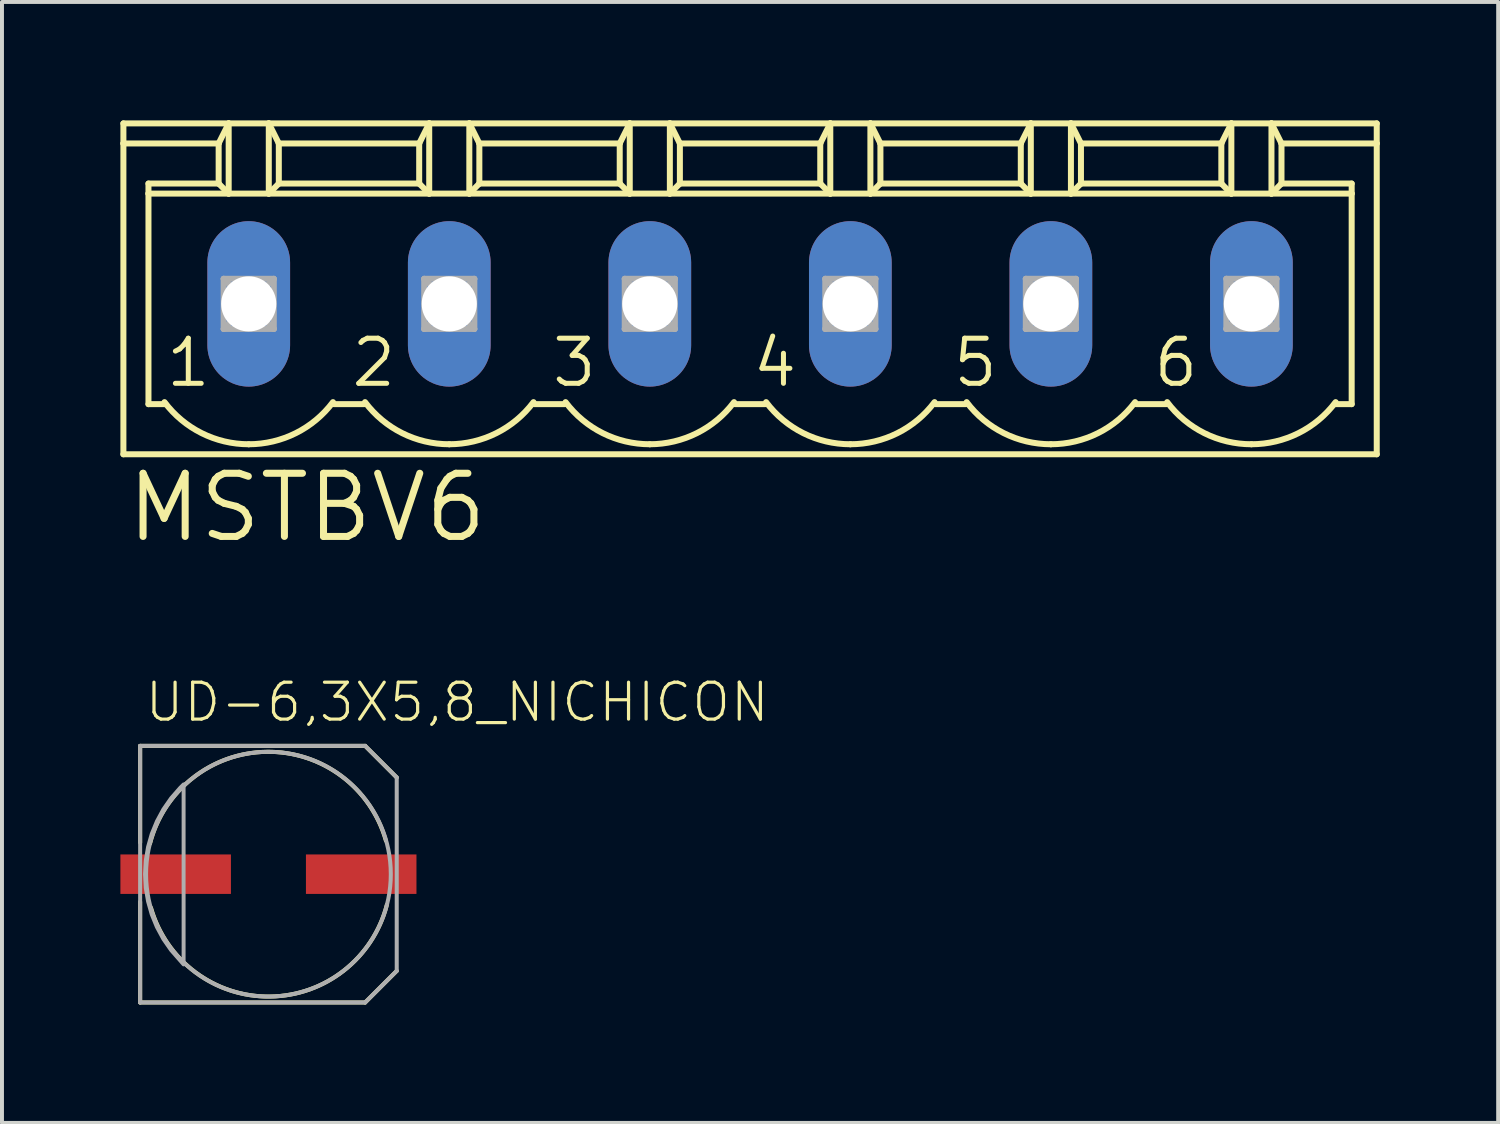
<source format=kicad_pcb>
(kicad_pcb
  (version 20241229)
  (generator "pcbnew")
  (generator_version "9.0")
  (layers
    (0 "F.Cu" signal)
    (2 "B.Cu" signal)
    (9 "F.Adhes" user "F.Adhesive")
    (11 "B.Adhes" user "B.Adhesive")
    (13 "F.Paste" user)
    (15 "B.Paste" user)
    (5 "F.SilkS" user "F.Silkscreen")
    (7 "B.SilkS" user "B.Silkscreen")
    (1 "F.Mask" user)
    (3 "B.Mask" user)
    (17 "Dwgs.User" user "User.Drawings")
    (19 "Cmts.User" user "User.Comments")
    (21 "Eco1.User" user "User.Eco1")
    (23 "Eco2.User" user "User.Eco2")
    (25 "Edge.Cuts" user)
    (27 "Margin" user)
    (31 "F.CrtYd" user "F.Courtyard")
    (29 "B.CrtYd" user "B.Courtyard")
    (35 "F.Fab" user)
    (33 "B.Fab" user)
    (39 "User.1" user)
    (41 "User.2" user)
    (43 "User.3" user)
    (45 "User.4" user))
  (footprint "UD-6,3X5,8_NICHICON"
    (layer "F.Cu")
    (at 3.75 19.095)
    (property "Reference" "UD-6,3X5,8_NICHICON" (at -3.175 -3.81 0) (layer "F.SilkS") (effects (font (size 0.935 0.935) (thickness 0.081)) (justify left bottom)))
    (fp_line (start -3.25 -3.25) (end 2.45 -3.25) (stroke (width 0.102) (type solid)) (layer "F.SilkS"))
    (fp_line (start -3.25 -0.8) (end -3.25 -3.25) (stroke (width 0.102) (type solid)) (layer "F.SilkS"))
    (fp_line (start -3.25 3.25) (end -3.25 0.7) (stroke (width 0.102) (type solid)) (layer "F.SilkS"))
    (fp_line (start 2.45 -3.25) (end 3.25 -2.45) (stroke (width 0.102) (type solid)) (layer "F.SilkS"))
    (fp_line (start 2.45 3.25) (end -3.25 3.25) (stroke (width 0.102) (type solid)) (layer "F.SilkS"))
    (fp_line (start 3.25 2.45) (end 2.45 3.25) (stroke (width 0.102) (type solid)) (layer "F.SilkS"))
    (fp_arc (start -3 -0.775) (mid -0.04121 -3.099781) (end 2.975001 -0.85) (stroke (width 0.1016) (type solid)) (layer "F.SilkS"))
    (fp_arc (start 3 0.775) (mid 0.04121 3.099781) (end -2.975001 0.85) (stroke (width 0.1016) (type solid)) (layer "F.SilkS"))
    (fp_line (start -3.25 -3.25) (end 2.45 -3.25) (stroke (width 0.102) (type solid)) (layer "F.Fab"))
    (fp_line (start -3.25 3.25) (end -3.25 -3.25) (stroke (width 0.102) (type solid)) (layer "F.Fab"))
    (fp_line (start 2.45 -3.25) (end 3.25 -2.45) (stroke (width 0.102) (type solid)) (layer "F.Fab"))
    (fp_line (start 2.45 3.25) (end -3.25 3.25) (stroke (width 0.102) (type solid)) (layer "F.Fab"))
    (fp_line (start 3.25 -2.45) (end 3.25 2.45) (stroke (width 0.102) (type solid)) (layer "F.Fab"))
    (fp_line (start 3.25 2.45) (end 2.45 3.25) (stroke (width 0.102) (type solid)) (layer "F.Fab"))
    (fp_circle (center 0 0) (end 3.1 0) (stroke (width 0.102) (type solid)) (fill no) (layer "F.Fab"))
    (fp_poly (pts (xy -2.149 2.285) (xy -2.464 1.925) (xy -2.661 1.642) (xy -2.825 1.338) (xy -2.956 1.018) (xy -3.05 0.686) (xy -3.107 0.345) (xy -3.126 0.000001) (xy -3.107 -0.345) (xy -3.05 -0.686) (xy -2.956 -1.018) (xy -2.825 -1.338) (xy -2.661 -1.642) (xy -2.464 -1.925) (xy -2.237 -2.185) (xy -2.149 -2.273)) (stroke (width 0.1) (type default)) (fill no) (layer "F.Fab"))
    (pad "+" smd rect (at 2.35 0) (size 2.8 1) (layers "F.Cu" "F.Mask" "F.Paste"))
    (pad "-" smd rect (at -2.35 0) (size 2.8 1) (layers "F.Cu" "F.Mask" "F.Paste")))
  (footprint "MSTBV6"
    (layer "F.Cu")
    (at 15.951 4.648)
    (property "Reference" "MSTBV6" (at -15.875 6.096 0) (layer "F.SilkS") (effects (font (size 1.6 1.6) (thickness 0.178)) (justify left bottom)))
    (fp_line (start -15.875 -4.572) (end -15.875 -4.064) (stroke (width 0.152) (type solid)) (layer "F.SilkS"))
    (fp_line (start -15.875 -4.572) (end -13.208 -4.572) (stroke (width 0.152) (type solid)) (layer "F.SilkS"))
    (fp_line (start -15.875 -4.064) (end -15.875 3.81) (stroke (width 0.152) (type solid)) (layer "F.SilkS"))
    (fp_line (start -15.875 -4.064) (end -13.462 -4.064) (stroke (width 0.152) (type solid)) (layer "F.SilkS"))
    (fp_line (start -15.875 3.81) (end 15.875 3.81) (stroke (width 0.152) (type solid)) (layer "F.SilkS"))
    (fp_line (start -15.24 -2.794) (end -15.24 -3.048) (stroke (width 0.152) (type solid)) (layer "F.SilkS"))
    (fp_line (start -15.24 -2.794) (end -13.208 -2.794) (stroke (width 0.152) (type solid)) (layer "F.SilkS"))
    (fp_line (start -15.24 2.54) (end -15.24 -2.794) (stroke (width 0.152) (type solid)) (layer "F.SilkS"))
    (fp_line (start -15.24 2.54) (end -14.808 2.54) (stroke (width 0.152) (type solid)) (layer "F.SilkS"))
    (fp_line (start -13.462 -4.064) (end -13.462 -3.048) (stroke (width 0.152) (type solid)) (layer "F.SilkS"))
    (fp_line (start -13.462 -4.064) (end -13.208 -4.572) (stroke (width 0.152) (type solid)) (layer "F.SilkS"))
    (fp_line (start -13.462 -3.048) (end -15.24 -3.048) (stroke (width 0.152) (type solid)) (layer "F.SilkS"))
    (fp_line (start -13.462 -3.048) (end -13.208 -2.794) (stroke (width 0.152) (type solid)) (layer "F.SilkS"))
    (fp_line (start -13.208 -4.572) (end -12.192 -4.572) (stroke (width 0.152) (type solid)) (layer "F.SilkS"))
    (fp_line (start -13.208 -2.794) (end -13.208 -4.572) (stroke (width 0.152) (type solid)) (layer "F.SilkS"))
    (fp_line (start -13.208 -2.794) (end -12.192 -2.794) (stroke (width 0.152) (type solid)) (layer "F.SilkS"))
    (fp_line (start -12.192 -4.572) (end -11.938 -4.064) (stroke (width 0.152) (type solid)) (layer "F.SilkS"))
    (fp_line (start -12.192 -4.572) (end -8.128 -4.572) (stroke (width 0.152) (type solid)) (layer "F.SilkS"))
    (fp_line (start -12.192 -2.794) (end -12.192 -4.572) (stroke (width 0.152) (type solid)) (layer "F.SilkS"))
    (fp_line (start -12.192 -2.794) (end -8.128 -2.794) (stroke (width 0.152) (type solid)) (layer "F.SilkS"))
    (fp_line (start -11.938 -4.064) (end -11.938 -3.048) (stroke (width 0.152) (type solid)) (layer "F.SilkS"))
    (fp_line (start -11.938 -4.064) (end -8.382 -4.064) (stroke (width 0.152) (type solid)) (layer "F.SilkS"))
    (fp_line (start -11.938 -3.048) (end -12.192 -2.794) (stroke (width 0.152) (type solid)) (layer "F.SilkS"))
    (fp_line (start -10.541 2.54) (end -9.779 2.54) (stroke (width 0.152) (type solid)) (layer "F.SilkS"))
    (fp_line (start -8.382 -4.064) (end -8.382 -3.048) (stroke (width 0.152) (type solid)) (layer "F.SilkS"))
    (fp_line (start -8.382 -4.064) (end -8.128 -4.572) (stroke (width 0.152) (type solid)) (layer "F.SilkS"))
    (fp_line (start -8.382 -3.048) (end -11.938 -3.048) (stroke (width 0.152) (type solid)) (layer "F.SilkS"))
    (fp_line (start -8.382 -3.048) (end -8.128 -2.794) (stroke (width 0.152) (type solid)) (layer "F.SilkS"))
    (fp_line (start -8.128 -4.572) (end -7.112 -4.572) (stroke (width 0.152) (type solid)) (layer "F.SilkS"))
    (fp_line (start -8.128 -2.794) (end -8.128 -4.572) (stroke (width 0.152) (type solid)) (layer "F.SilkS"))
    (fp_line (start -8.128 -2.794) (end -7.112 -2.794) (stroke (width 0.152) (type solid)) (layer "F.SilkS"))
    (fp_line (start -7.112 -4.572) (end -6.858 -4.064) (stroke (width 0.152) (type solid)) (layer "F.SilkS"))
    (fp_line (start -7.112 -4.572) (end -3.048 -4.572) (stroke (width 0.152) (type solid)) (layer "F.SilkS"))
    (fp_line (start -7.112 -2.794) (end -7.112 -4.572) (stroke (width 0.152) (type solid)) (layer "F.SilkS"))
    (fp_line (start -7.112 -2.794) (end -3.048 -2.794) (stroke (width 0.152) (type solid)) (layer "F.SilkS"))
    (fp_line (start -6.858 -4.064) (end -6.858 -3.048) (stroke (width 0.152) (type solid)) (layer "F.SilkS"))
    (fp_line (start -6.858 -4.064) (end -3.302 -4.064) (stroke (width 0.152) (type solid)) (layer "F.SilkS"))
    (fp_line (start -6.858 -3.048) (end -7.112 -2.794) (stroke (width 0.152) (type solid)) (layer "F.SilkS"))
    (fp_line (start -5.461 2.54) (end -4.699 2.54) (stroke (width 0.152) (type solid)) (layer "F.SilkS"))
    (fp_line (start -3.302 -4.064) (end -3.302 -3.048) (stroke (width 0.152) (type solid)) (layer "F.SilkS"))
    (fp_line (start -3.302 -4.064) (end -3.048 -4.572) (stroke (width 0.152) (type solid)) (layer "F.SilkS"))
    (fp_line (start -3.302 -3.048) (end -6.858 -3.048) (stroke (width 0.152) (type solid)) (layer "F.SilkS"))
    (fp_line (start -3.302 -3.048) (end -3.048 -2.794) (stroke (width 0.152) (type solid)) (layer "F.SilkS"))
    (fp_line (start -3.048 -4.572) (end -2.032 -4.572) (stroke (width 0.152) (type solid)) (layer "F.SilkS"))
    (fp_line (start -3.048 -2.794) (end -3.048 -4.572) (stroke (width 0.152) (type solid)) (layer "F.SilkS"))
    (fp_line (start -3.048 -2.794) (end -2.032 -2.794) (stroke (width 0.152) (type solid)) (layer "F.SilkS"))
    (fp_line (start -2.032 -4.572) (end -1.778 -4.064) (stroke (width 0.152) (type solid)) (layer "F.SilkS"))
    (fp_line (start -2.032 -4.572) (end 2.032 -4.572) (stroke (width 0.152) (type solid)) (layer "F.SilkS"))
    (fp_line (start -2.032 -2.794) (end -2.032 -4.572) (stroke (width 0.152) (type solid)) (layer "F.SilkS"))
    (fp_line (start -2.032 -2.794) (end 2.032 -2.794) (stroke (width 0.152) (type solid)) (layer "F.SilkS"))
    (fp_line (start -1.778 -4.064) (end -1.778 -3.048) (stroke (width 0.152) (type solid)) (layer "F.SilkS"))
    (fp_line (start -1.778 -4.064) (end 1.778 -4.064) (stroke (width 0.152) (type solid)) (layer "F.SilkS"))
    (fp_line (start -1.778 -3.048) (end -2.032 -2.794) (stroke (width 0.152) (type solid)) (layer "F.SilkS"))
    (fp_line (start -1.778 -3.048) (end 1.778 -3.048) (stroke (width 0.152) (type solid)) (layer "F.SilkS"))
    (fp_line (start -0.381 2.54) (end 0.381 2.54) (stroke (width 0.152) (type solid)) (layer "F.SilkS"))
    (fp_line (start 1.778 -4.064) (end 1.778 -3.048) (stroke (width 0.152) (type solid)) (layer "F.SilkS"))
    (fp_line (start 1.778 -4.064) (end 2.032 -4.572) (stroke (width 0.152) (type solid)) (layer "F.SilkS"))
    (fp_line (start 1.778 -3.048) (end 2.032 -2.794) (stroke (width 0.152) (type solid)) (layer "F.SilkS"))
    (fp_line (start 2.032 -4.572) (end 3.048 -4.572) (stroke (width 0.152) (type solid)) (layer "F.SilkS"))
    (fp_line (start 2.032 -2.794) (end 2.032 -4.572) (stroke (width 0.152) (type solid)) (layer "F.SilkS"))
    (fp_line (start 2.032 -2.794) (end 3.048 -2.794) (stroke (width 0.152) (type solid)) (layer "F.SilkS"))
    (fp_line (start 3.048 -4.572) (end 3.302 -4.064) (stroke (width 0.152) (type solid)) (layer "F.SilkS"))
    (fp_line (start 3.048 -4.572) (end 7.112 -4.572) (stroke (width 0.152) (type solid)) (layer "F.SilkS"))
    (fp_line (start 3.048 -2.794) (end 3.048 -4.572) (stroke (width 0.152) (type solid)) (layer "F.SilkS"))
    (fp_line (start 3.048 -2.794) (end 7.112 -2.794) (stroke (width 0.152) (type solid)) (layer "F.SilkS"))
    (fp_line (start 3.302 -4.064) (end 3.302 -3.048) (stroke (width 0.152) (type solid)) (layer "F.SilkS"))
    (fp_line (start 3.302 -4.064) (end 6.858 -4.064) (stroke (width 0.152) (type solid)) (layer "F.SilkS"))
    (fp_line (start 3.302 -3.048) (end 3.048 -2.794) (stroke (width 0.152) (type solid)) (layer "F.SilkS"))
    (fp_line (start 3.302 -3.048) (end 6.858 -3.048) (stroke (width 0.152) (type solid)) (layer "F.SilkS"))
    (fp_line (start 4.699 2.54) (end 5.461 2.54) (stroke (width 0.152) (type solid)) (layer "F.SilkS"))
    (fp_line (start 6.858 -4.064) (end 6.858 -3.048) (stroke (width 0.152) (type solid)) (layer "F.SilkS"))
    (fp_line (start 6.858 -4.064) (end 7.112 -4.572) (stroke (width 0.152) (type solid)) (layer "F.SilkS"))
    (fp_line (start 6.858 -3.048) (end 7.112 -2.794) (stroke (width 0.152) (type solid)) (layer "F.SilkS"))
    (fp_line (start 7.112 -4.572) (end 8.128 -4.572) (stroke (width 0.152) (type solid)) (layer "F.SilkS"))
    (fp_line (start 7.112 -2.794) (end 7.112 -4.572) (stroke (width 0.152) (type solid)) (layer "F.SilkS"))
    (fp_line (start 7.112 -2.794) (end 8.128 -2.794) (stroke (width 0.152) (type solid)) (layer "F.SilkS"))
    (fp_line (start 8.128 -4.572) (end 8.382 -4.064) (stroke (width 0.152) (type solid)) (layer "F.SilkS"))
    (fp_line (start 8.128 -4.572) (end 12.192 -4.572) (stroke (width 0.152) (type solid)) (layer "F.SilkS"))
    (fp_line (start 8.128 -2.794) (end 8.128 -4.572) (stroke (width 0.152) (type solid)) (layer "F.SilkS"))
    (fp_line (start 8.128 -2.794) (end 12.192 -2.794) (stroke (width 0.152) (type solid)) (layer "F.SilkS"))
    (fp_line (start 8.382 -4.064) (end 8.382 -3.048) (stroke (width 0.152) (type solid)) (layer "F.SilkS"))
    (fp_line (start 8.382 -4.064) (end 11.938 -4.064) (stroke (width 0.152) (type solid)) (layer "F.SilkS"))
    (fp_line (start 8.382 -3.048) (end 8.128 -2.794) (stroke (width 0.152) (type solid)) (layer "F.SilkS"))
    (fp_line (start 8.382 -3.048) (end 11.938 -3.048) (stroke (width 0.152) (type solid)) (layer "F.SilkS"))
    (fp_line (start 9.779 2.54) (end 10.541 2.54) (stroke (width 0.152) (type solid)) (layer "F.SilkS"))
    (fp_line (start 11.938 -4.064) (end 11.938 -3.048) (stroke (width 0.152) (type solid)) (layer "F.SilkS"))
    (fp_line (start 11.938 -4.064) (end 12.192 -4.572) (stroke (width 0.152) (type solid)) (layer "F.SilkS"))
    (fp_line (start 11.938 -3.048) (end 12.192 -2.794) (stroke (width 0.152) (type solid)) (layer "F.SilkS"))
    (fp_line (start 12.192 -4.572) (end 13.208 -4.572) (stroke (width 0.152) (type solid)) (layer "F.SilkS"))
    (fp_line (start 12.192 -2.794) (end 12.192 -4.572) (stroke (width 0.152) (type solid)) (layer "F.SilkS"))
    (fp_line (start 12.192 -2.794) (end 13.208 -2.794) (stroke (width 0.152) (type solid)) (layer "F.SilkS"))
    (fp_line (start 13.208 -4.572) (end 13.462 -4.064) (stroke (width 0.152) (type solid)) (layer "F.SilkS"))
    (fp_line (start 13.208 -4.572) (end 15.875 -4.572) (stroke (width 0.152) (type solid)) (layer "F.SilkS"))
    (fp_line (start 13.208 -2.794) (end 13.208 -4.572) (stroke (width 0.152) (type solid)) (layer "F.SilkS"))
    (fp_line (start 13.208 -2.794) (end 15.24 -2.794) (stroke (width 0.152) (type solid)) (layer "F.SilkS"))
    (fp_line (start 13.462 -4.064) (end 13.462 -3.048) (stroke (width 0.152) (type solid)) (layer "F.SilkS"))
    (fp_line (start 13.462 -4.064) (end 15.875 -4.064) (stroke (width 0.152) (type solid)) (layer "F.SilkS"))
    (fp_line (start 13.462 -3.048) (end 13.208 -2.794) (stroke (width 0.152) (type solid)) (layer "F.SilkS"))
    (fp_line (start 13.462 -3.048) (end 15.24 -3.048) (stroke (width 0.152) (type solid)) (layer "F.SilkS"))
    (fp_line (start 14.808 2.54) (end 15.24 2.54) (stroke (width 0.152) (type solid)) (layer "F.SilkS"))
    (fp_line (start 15.24 -3.048) (end 15.24 -2.794) (stroke (width 0.152) (type solid)) (layer "F.SilkS"))
    (fp_line (start 15.24 -2.794) (end 15.24 2.54) (stroke (width 0.152) (type solid)) (layer "F.SilkS"))
    (fp_line (start 15.875 -4.064) (end 15.875 -4.572) (stroke (width 0.152) (type solid)) (layer "F.SilkS"))
    (fp_line (start 15.875 3.81) (end 15.875 -4.064) (stroke (width 0.152) (type solid)) (layer "F.SilkS"))
    (fp_arc (start -12.699999 3.556) (mid -13.892718 3.274437) (end -14.8336 2.4892) (stroke (width 0.1524) (type solid)) (layer "F.SilkS"))
    (fp_arc (start -10.566399 2.4892) (mid -11.507281 3.274438) (end -12.7 3.556) (stroke (width 0.1524) (type solid)) (layer "F.SilkS"))
    (fp_arc (start -7.619999 3.556) (mid -8.812718 3.274437) (end -9.7536 2.4892) (stroke (width 0.1524) (type solid)) (layer "F.SilkS"))
    (fp_arc (start -5.486399 2.4892) (mid -6.427281 3.274438) (end -7.62 3.556) (stroke (width 0.1524) (type solid)) (layer "F.SilkS"))
    (fp_arc (start -2.539999 3.556) (mid -3.732718 3.274437) (end -4.6736 2.4892) (stroke (width 0.1524) (type solid)) (layer "F.SilkS"))
    (fp_arc (start -0.406399 2.4892) (mid -1.347281 3.274438) (end -2.54 3.556) (stroke (width 0.1524) (type solid)) (layer "F.SilkS"))
    (fp_arc (start 2.540001 3.556) (mid 1.347282 3.274438) (end 0.4064 2.4892) (stroke (width 0.1524) (type solid)) (layer "F.SilkS"))
    (fp_arc (start 4.6736 2.489199) (mid 3.732719 3.274437) (end 2.54 3.556) (stroke (width 0.1524) (type solid)) (layer "F.SilkS"))
    (fp_arc (start 7.620001 3.556) (mid 6.427282 3.274438) (end 5.4864 2.4892) (stroke (width 0.1524) (type solid)) (layer "F.SilkS"))
    (fp_arc (start 9.7536 2.489199) (mid 8.812719 3.274437) (end 7.62 3.556) (stroke (width 0.1524) (type solid)) (layer "F.SilkS"))
    (fp_arc (start 12.700001 3.556) (mid 11.507282 3.274438) (end 10.5664 2.4892) (stroke (width 0.1524) (type solid)) (layer "F.SilkS"))
    (fp_arc (start 14.8336 2.489199) (mid 13.892719 3.274437) (end 12.7 3.556) (stroke (width 0.1524) (type solid)) (layer "F.SilkS"))
    (fp_line (start -13.335 -0.635) (end -13.335 0.635) (stroke (width 0.152) (type solid)) (layer "F.Fab"))
    (fp_line (start -13.335 -0.635) (end -12.065 0.635) (stroke (width 0.152) (type solid)) (layer "F.Fab"))
    (fp_line (start -13.335 0.635) (end -12.065 -0.635) (stroke (width 0.152) (type solid)) (layer "F.Fab"))
    (fp_line (start -13.335 0.635) (end -12.065 0.635) (stroke (width 0.152) (type solid)) (layer "F.Fab"))
    (fp_line (start -12.065 -0.635) (end -13.335 -0.635) (stroke (width 0.152) (type solid)) (layer "F.Fab"))
    (fp_line (start -12.065 0.635) (end -12.065 -0.635) (stroke (width 0.152) (type solid)) (layer "F.Fab"))
    (fp_line (start -8.255 -0.635) (end -8.255 0.635) (stroke (width 0.152) (type solid)) (layer "F.Fab"))
    (fp_line (start -8.255 -0.635) (end -6.985 0.635) (stroke (width 0.152) (type solid)) (layer "F.Fab"))
    (fp_line (start -8.255 0.635) (end -6.985 -0.635) (stroke (width 0.152) (type solid)) (layer "F.Fab"))
    (fp_line (start -8.255 0.635) (end -6.985 0.635) (stroke (width 0.152) (type solid)) (layer "F.Fab"))
    (fp_line (start -6.985 -0.635) (end -8.255 -0.635) (stroke (width 0.152) (type solid)) (layer "F.Fab"))
    (fp_line (start -6.985 0.635) (end -6.985 -0.635) (stroke (width 0.152) (type solid)) (layer "F.Fab"))
    (fp_line (start -3.175 -0.635) (end -3.175 0.635) (stroke (width 0.152) (type solid)) (layer "F.Fab"))
    (fp_line (start -3.175 -0.635) (end -1.905 0.635) (stroke (width 0.152) (type solid)) (layer "F.Fab"))
    (fp_line (start -3.175 0.635) (end -1.905 -0.635) (stroke (width 0.152) (type solid)) (layer "F.Fab"))
    (fp_line (start -3.175 0.635) (end -1.905 0.635) (stroke (width 0.152) (type solid)) (layer "F.Fab"))
    (fp_line (start -1.905 -0.635) (end -3.175 -0.635) (stroke (width 0.152) (type solid)) (layer "F.Fab"))
    (fp_line (start -1.905 0.635) (end -1.905 -0.635) (stroke (width 0.152) (type solid)) (layer "F.Fab"))
    (fp_line (start 1.905 -0.635) (end 1.905 0.635) (stroke (width 0.152) (type solid)) (layer "F.Fab"))
    (fp_line (start 1.905 -0.635) (end 3.175 0.635) (stroke (width 0.152) (type solid)) (layer "F.Fab"))
    (fp_line (start 1.905 0.635) (end 3.175 -0.635) (stroke (width 0.152) (type solid)) (layer "F.Fab"))
    (fp_line (start 1.905 0.635) (end 3.175 0.635) (stroke (width 0.152) (type solid)) (layer "F.Fab"))
    (fp_line (start 3.175 -0.635) (end 1.905 -0.635) (stroke (width 0.152) (type solid)) (layer "F.Fab"))
    (fp_line (start 3.175 0.635) (end 3.175 -0.635) (stroke (width 0.152) (type solid)) (layer "F.Fab"))
    (fp_line (start 6.985 -0.635) (end 6.985 0.635) (stroke (width 0.152) (type solid)) (layer "F.Fab"))
    (fp_line (start 6.985 -0.635) (end 8.255 0.635) (stroke (width 0.152) (type solid)) (layer "F.Fab"))
    (fp_line (start 6.985 0.635) (end 8.255 -0.635) (stroke (width 0.152) (type solid)) (layer "F.Fab"))
    (fp_line (start 6.985 0.635) (end 8.255 0.635) (stroke (width 0.152) (type solid)) (layer "F.Fab"))
    (fp_line (start 8.255 -0.635) (end 6.985 -0.635) (stroke (width 0.152) (type solid)) (layer "F.Fab"))
    (fp_line (start 8.255 0.635) (end 8.255 -0.635) (stroke (width 0.152) (type solid)) (layer "F.Fab"))
    (fp_line (start 12.065 -0.635) (end 12.065 0.635) (stroke (width 0.152) (type solid)) (layer "F.Fab"))
    (fp_line (start 12.065 -0.635) (end 13.335 0.635) (stroke (width 0.152) (type solid)) (layer "F.Fab"))
    (fp_line (start 12.065 0.635) (end 13.335 -0.635) (stroke (width 0.152) (type solid)) (layer "F.Fab"))
    (fp_line (start 12.065 0.635) (end 13.335 0.635) (stroke (width 0.152) (type solid)) (layer "F.Fab"))
    (fp_line (start 13.335 -0.635) (end 12.065 -0.635) (stroke (width 0.152) (type solid)) (layer "F.Fab"))
    (fp_line (start 13.335 0.635) (end 13.335 -0.635) (stroke (width 0.152) (type solid)) (layer "F.Fab"))
    (fp_text user "3" (at -5.08 2.159 0) (layer "F.SilkS") (effects (font (size 1.143 1.143) (thickness 0.127)) (justify left bottom)))
    (fp_text user "1" (at -14.859 2.159 0) (layer "F.SilkS") (effects (font (size 1.143 1.143) (thickness 0.127)) (justify left bottom)))
    (fp_text user "2" (at -10.16 2.159 0) (layer "F.SilkS") (effects (font (size 1.143 1.143) (thickness 0.127)) (justify left bottom)))
    (fp_text user "6" (at 10.16 2.159 0) (layer "F.SilkS") (effects (font (size 1.143 1.143) (thickness 0.127)) (justify left bottom)))
    (fp_text user "4" (at 0 2.159 0) (layer "F.SilkS") (effects (font (size 1.143 1.143) (thickness 0.127)) (justify left bottom)))
    (fp_text user "5" (at 5.08 2.159 0) (layer "F.SilkS") (effects (font (size 1.143 1.143) (thickness 0.127)) (justify left bottom)))
    (pad "1" thru_hole oval (at -12.7 0 90) (size 4.191 2.095) (drill 1.397) (layers "*.Cu" "*.Mask"))
    (pad "2" thru_hole oval (at -7.62 0 90) (size 4.191 2.095) (drill 1.397) (layers "*.Cu" "*.Mask"))
    (pad "3" thru_hole oval (at -2.54 0 90) (size 4.191 2.095) (drill 1.397) (layers "*.Cu" "*.Mask"))
    (pad "4" thru_hole oval (at 2.54 0 90) (size 4.191 2.095) (drill 1.397) (layers "*.Cu" "*.Mask"))
    (pad "5" thru_hole oval (at 7.62 0 90) (size 4.191 2.095) (drill 1.397) (layers "*.Cu" "*.Mask"))
    (pad "6" thru_hole oval (at 12.7 0 90) (size 4.191 2.095) (drill 1.397) (layers "*.Cu" "*.Mask")))
  (gr_rect
    (start -3 -3)
    (end 34.902 25.396)
    (stroke (width 0.1) (type default))
    (fill no)
    (layer "Edge.Cuts")))
</source>
